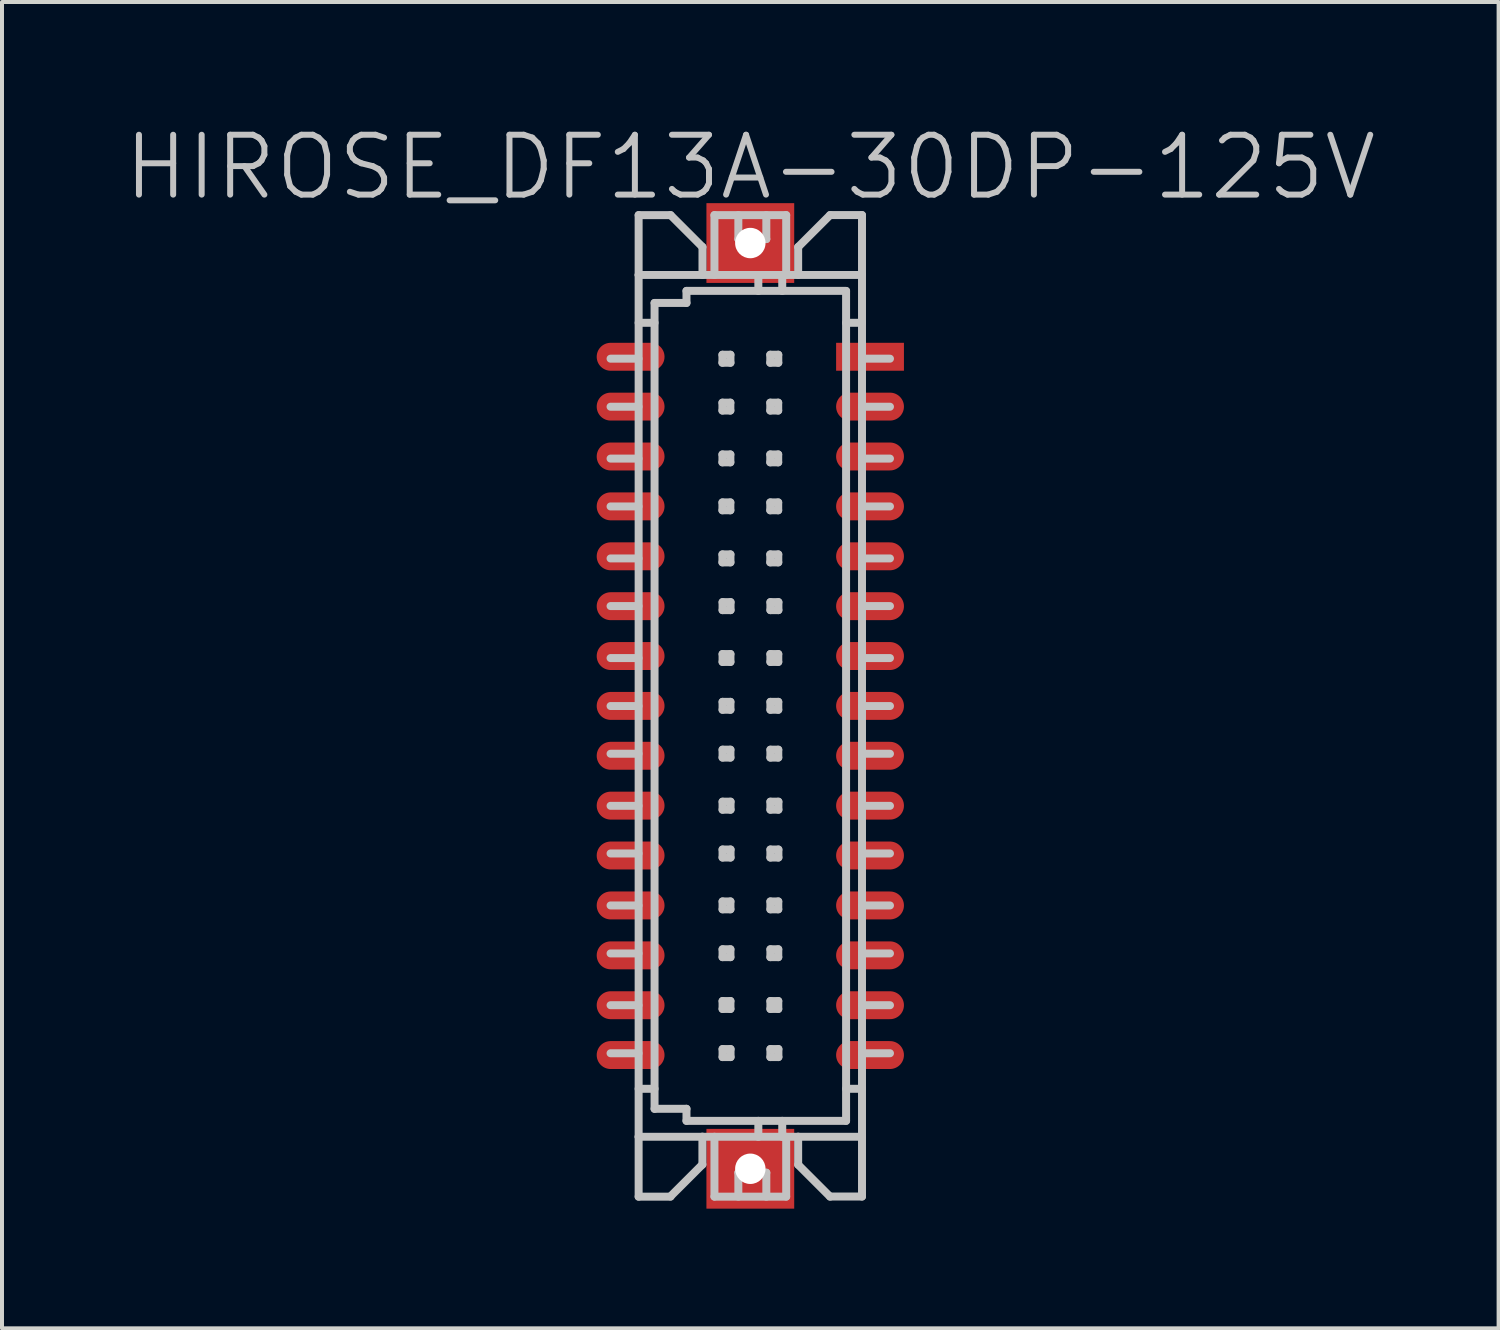
<source format=kicad_pcb>
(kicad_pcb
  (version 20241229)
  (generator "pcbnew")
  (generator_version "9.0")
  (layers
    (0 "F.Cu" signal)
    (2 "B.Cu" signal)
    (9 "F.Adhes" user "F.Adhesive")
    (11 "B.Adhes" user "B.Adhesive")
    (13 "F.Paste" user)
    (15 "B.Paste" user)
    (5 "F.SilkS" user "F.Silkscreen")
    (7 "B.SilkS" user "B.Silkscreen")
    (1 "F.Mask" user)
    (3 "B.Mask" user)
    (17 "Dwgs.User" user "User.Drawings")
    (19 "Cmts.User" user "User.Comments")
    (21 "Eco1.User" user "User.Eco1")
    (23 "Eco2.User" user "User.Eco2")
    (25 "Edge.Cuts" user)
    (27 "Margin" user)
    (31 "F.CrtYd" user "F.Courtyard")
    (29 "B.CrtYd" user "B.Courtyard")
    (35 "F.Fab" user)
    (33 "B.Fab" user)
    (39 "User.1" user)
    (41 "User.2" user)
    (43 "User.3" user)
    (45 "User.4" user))
  (footprint "HIROSE_DF13A-30DP-125V"
    (layer "F.Cu")
    (at 15.754 14.641)
    (property "Reference" "HIROSE_DF13A-30DP-125V" (at 0 -13.5 180) (layer "Dwgs.User") (effects (font (size 1.5 1.5) (thickness 0.15))))
    (attr smd)
    (fp_line (start -2.802 -8.702) (end -3.503 -8.702) (stroke (width 0.2) (type solid)) (layer "Dwgs.User"))
    (fp_line (start -2.802 -7.498) (end -3.503 -7.498) (stroke (width 0.2) (type solid)) (layer "Dwgs.User"))
    (fp_line (start -2.802 -6.198) (end -3.503 -6.198) (stroke (width 0.2) (type solid)) (layer "Dwgs.User"))
    (fp_line (start -2.802 -4.999) (end -3.503 -4.999) (stroke (width 0.2) (type solid)) (layer "Dwgs.User"))
    (fp_line (start -2.802 -3.696) (end -3.503 -3.696) (stroke (width 0.2) (type solid)) (layer "Dwgs.User"))
    (fp_line (start -2.802 -2.502) (end -3.503 -2.502) (stroke (width 0.2) (type solid)) (layer "Dwgs.User"))
    (fp_line (start -2.802 -1.199) (end -3.503 -1.199) (stroke (width 0.2) (type solid)) (layer "Dwgs.User"))
    (fp_line (start -2.802 0.003) (end -3.503 0.003) (stroke (width 0.2) (type solid)) (layer "Dwgs.User"))
    (fp_line (start -2.802 1.199) (end -3.503 1.199) (stroke (width 0.2) (type solid)) (layer "Dwgs.User"))
    (fp_line (start -2.802 2.504) (end -3.503 2.504) (stroke (width 0.2) (type solid)) (layer "Dwgs.User"))
    (fp_line (start -2.802 3.698) (end -3.503 3.698) (stroke (width 0.2) (type solid)) (layer "Dwgs.User"))
    (fp_line (start -2.802 5.001) (end -3.503 5.001) (stroke (width 0.2) (type solid)) (layer "Dwgs.User"))
    (fp_line (start -2.802 6.203) (end -3.503 6.203) (stroke (width 0.2) (type solid)) (layer "Dwgs.User"))
    (fp_line (start -2.802 7.501) (end -3.503 7.501) (stroke (width 0.2) (type solid)) (layer "Dwgs.User"))
    (fp_line (start -2.802 8.705) (end -3.503 8.705) (stroke (width 0.2) (type solid)) (layer "Dwgs.User"))
    (fp_line (start -2.799 -12.301) (end -2.799 -10.8) (stroke (width 0.2) (type solid)) (layer "Dwgs.User"))
    (fp_line (start -2.799 -12.299) (end -1.999 -12.299) (stroke (width 0.2) (type solid)) (layer "Dwgs.User"))
    (fp_line (start -2.799 10.798) (end -2.799 12.299) (stroke (width 0.2) (type solid)) (layer "Dwgs.User"))
    (fp_line (start -2.799 10.798) (end 2.799 10.798) (stroke (width 0.2) (type solid)) (layer "Dwgs.User"))
    (fp_line (start -2.799 10.8) (end -2.799 -10.8) (stroke (width 0.2) (type solid)) (layer "Dwgs.User"))
    (fp_line (start -2.799 12.299) (end -1.999 12.299) (stroke (width 0.2) (type solid)) (layer "Dwgs.User"))
    (fp_line (start -2.4 -10.099) (end -2.4 10.099) (stroke (width 0.2) (type solid)) (layer "Dwgs.User"))
    (fp_line (start -2.4 -10.099) (end -1.6 -10.099) (stroke (width 0.2) (type solid)) (layer "Dwgs.User"))
    (fp_line (start -2.4 -9.601) (end -2.799 -9.601) (stroke (width 0.2) (type solid)) (layer "Dwgs.User"))
    (fp_line (start -2.4 9.596) (end -2.799 9.596) (stroke (width 0.2) (type solid)) (layer "Dwgs.User"))
    (fp_line (start -1.6 -10.401) (end 2.4 -10.401) (stroke (width 0.2) (type solid)) (layer "Dwgs.User"))
    (fp_line (start -1.6 -10.099) (end -1.6 -10.401) (stroke (width 0.2) (type solid)) (layer "Dwgs.User"))
    (fp_line (start -1.6 10.097) (end -2.4 10.097) (stroke (width 0.2) (type solid)) (layer "Dwgs.User"))
    (fp_line (start -1.6 10.399) (end -1.6 10.097) (stroke (width 0.2) (type solid)) (layer "Dwgs.User"))
    (fp_line (start -1.201 10.795) (end -1.201 11.496) (stroke (width 0.2) (type solid)) (layer "Dwgs.User"))
    (fp_line (start -1.201 11.493) (end -2.002 12.294) (stroke (width 0.2) (type solid)) (layer "Dwgs.User"))
    (fp_line (start -1.199 -11.501) (end -1.999 -12.301) (stroke (width 0.2) (type solid)) (layer "Dwgs.User"))
    (fp_line (start -1.199 -10.8) (end -1.199 -11.501) (stroke (width 0.2) (type solid)) (layer "Dwgs.User"))
    (fp_line (start -0.899 -12.301) (end -0.899 -10.8) (stroke (width 0.2) (type solid)) (layer "Dwgs.User"))
    (fp_line (start -0.899 -12.299) (end 0.899 -12.299) (stroke (width 0.2) (type solid)) (layer "Dwgs.User"))
    (fp_line (start -0.899 12.296) (end -0.899 10.798) (stroke (width 0.2) (type solid)) (layer "Dwgs.User"))
    (fp_line (start -0.699 -8.801) (end -0.699 -8.6) (stroke (width 0.2) (type solid)) (layer "Dwgs.User"))
    (fp_line (start -0.699 -8.6) (end -0.498 -8.6) (stroke (width 0.2) (type solid)) (layer "Dwgs.User"))
    (fp_line (start -0.699 -7.6) (end -0.5 -7.6) (stroke (width 0.2) (type solid)) (layer "Dwgs.User"))
    (fp_line (start -0.699 -7.402) (end -0.699 -7.6) (stroke (width 0.2) (type solid)) (layer "Dwgs.User"))
    (fp_line (start -0.699 -6.302) (end -0.5 -6.302) (stroke (width 0.2) (type solid)) (layer "Dwgs.User"))
    (fp_line (start -0.699 -6.104) (end -0.699 -6.302) (stroke (width 0.2) (type solid)) (layer "Dwgs.User"))
    (fp_line (start -0.699 -5.1) (end -0.5 -5.1) (stroke (width 0.2) (type solid)) (layer "Dwgs.User"))
    (fp_line (start -0.699 -4.902) (end -0.699 -5.1) (stroke (width 0.2) (type solid)) (layer "Dwgs.User"))
    (fp_line (start -0.699 -3.797) (end -0.498 -3.797) (stroke (width 0.2) (type solid)) (layer "Dwgs.User"))
    (fp_line (start -0.699 -3.597) (end -0.699 -3.797) (stroke (width 0.2) (type solid)) (layer "Dwgs.User"))
    (fp_line (start -0.696 -2.601) (end -0.696 -2.4) (stroke (width 0.2) (type solid)) (layer "Dwgs.User"))
    (fp_line (start -0.696 -2.4) (end -0.495 -2.4) (stroke (width 0.2) (type solid)) (layer "Dwgs.User"))
    (fp_line (start -0.696 -1.3) (end -0.498 -1.3) (stroke (width 0.2) (type solid)) (layer "Dwgs.User"))
    (fp_line (start -0.696 -1.102) (end -0.696 -1.3) (stroke (width 0.2) (type solid)) (layer "Dwgs.User"))
    (fp_line (start -0.696 -0.102) (end -0.498 -0.102) (stroke (width 0.2) (type solid)) (layer "Dwgs.User"))
    (fp_line (start -0.696 0.097) (end -0.696 -0.102) (stroke (width 0.2) (type solid)) (layer "Dwgs.User"))
    (fp_line (start -0.696 1.097) (end -0.498 1.097) (stroke (width 0.2) (type solid)) (layer "Dwgs.User"))
    (fp_line (start -0.696 1.295) (end -0.696 1.097) (stroke (width 0.2) (type solid)) (layer "Dwgs.User"))
    (fp_line (start -0.696 2.4) (end -0.495 2.4) (stroke (width 0.2) (type solid)) (layer "Dwgs.User"))
    (fp_line (start -0.696 2.601) (end -0.696 2.4) (stroke (width 0.2) (type solid)) (layer "Dwgs.User"))
    (fp_line (start -0.696 3.599) (end -0.696 3.8) (stroke (width 0.2) (type solid)) (layer "Dwgs.User"))
    (fp_line (start -0.696 3.8) (end -0.495 3.8) (stroke (width 0.2) (type solid)) (layer "Dwgs.User"))
    (fp_line (start -0.696 4.9) (end -0.498 4.9) (stroke (width 0.2) (type solid)) (layer "Dwgs.User"))
    (fp_line (start -0.696 5.098) (end -0.696 4.9) (stroke (width 0.2) (type solid)) (layer "Dwgs.User"))
    (fp_line (start -0.696 6.099) (end -0.498 6.099) (stroke (width 0.2) (type solid)) (layer "Dwgs.User"))
    (fp_line (start -0.696 6.297) (end -0.696 6.099) (stroke (width 0.2) (type solid)) (layer "Dwgs.User"))
    (fp_line (start -0.696 7.396) (end -0.498 7.396) (stroke (width 0.2) (type solid)) (layer "Dwgs.User"))
    (fp_line (start -0.696 7.595) (end -0.696 7.396) (stroke (width 0.2) (type solid)) (layer "Dwgs.User"))
    (fp_line (start -0.696 8.6) (end -0.495 8.6) (stroke (width 0.2) (type solid)) (layer "Dwgs.User"))
    (fp_line (start -0.696 8.801) (end -0.696 8.6) (stroke (width 0.2) (type solid)) (layer "Dwgs.User"))
    (fp_line (start -0.5 -7.6) (end -0.5 -7.402) (stroke (width 0.2) (type solid)) (layer "Dwgs.User"))
    (fp_line (start -0.5 -7.402) (end -0.699 -7.402) (stroke (width 0.2) (type solid)) (layer "Dwgs.User"))
    (fp_line (start -0.5 -6.302) (end -0.5 -6.104) (stroke (width 0.2) (type solid)) (layer "Dwgs.User"))
    (fp_line (start -0.5 -6.104) (end -0.699 -6.104) (stroke (width 0.2) (type solid)) (layer "Dwgs.User"))
    (fp_line (start -0.5 -5.1) (end -0.5 -4.902) (stroke (width 0.2) (type solid)) (layer "Dwgs.User"))
    (fp_line (start -0.5 -4.902) (end -0.699 -4.902) (stroke (width 0.2) (type solid)) (layer "Dwgs.User"))
    (fp_line (start -0.498 -8.801) (end -0.699 -8.801) (stroke (width 0.2) (type solid)) (layer "Dwgs.User"))
    (fp_line (start -0.498 -8.6) (end -0.498 -8.801) (stroke (width 0.2) (type solid)) (layer "Dwgs.User"))
    (fp_line (start -0.498 -3.797) (end -0.498 -3.597) (stroke (width 0.2) (type solid)) (layer "Dwgs.User"))
    (fp_line (start -0.498 -3.597) (end -0.699 -3.597) (stroke (width 0.2) (type solid)) (layer "Dwgs.User"))
    (fp_line (start -0.498 -1.3) (end -0.498 -1.102) (stroke (width 0.2) (type solid)) (layer "Dwgs.User"))
    (fp_line (start -0.498 -1.102) (end -0.696 -1.102) (stroke (width 0.2) (type solid)) (layer "Dwgs.User"))
    (fp_line (start -0.498 -0.102) (end -0.498 0.097) (stroke (width 0.2) (type solid)) (layer "Dwgs.User"))
    (fp_line (start -0.498 0.097) (end -0.696 0.097) (stroke (width 0.2) (type solid)) (layer "Dwgs.User"))
    (fp_line (start -0.498 1.097) (end -0.498 1.295) (stroke (width 0.2) (type solid)) (layer "Dwgs.User"))
    (fp_line (start -0.498 1.295) (end -0.696 1.295) (stroke (width 0.2) (type solid)) (layer "Dwgs.User"))
    (fp_line (start -0.498 4.9) (end -0.498 5.098) (stroke (width 0.2) (type solid)) (layer "Dwgs.User"))
    (fp_line (start -0.498 5.098) (end -0.696 5.098) (stroke (width 0.2) (type solid)) (layer "Dwgs.User"))
    (fp_line (start -0.498 6.099) (end -0.498 6.297) (stroke (width 0.2) (type solid)) (layer "Dwgs.User"))
    (fp_line (start -0.498 6.297) (end -0.696 6.297) (stroke (width 0.2) (type solid)) (layer "Dwgs.User"))
    (fp_line (start -0.498 7.396) (end -0.498 7.595) (stroke (width 0.2) (type solid)) (layer "Dwgs.User"))
    (fp_line (start -0.498 7.595) (end -0.696 7.595) (stroke (width 0.2) (type solid)) (layer "Dwgs.User"))
    (fp_line (start -0.495 -2.601) (end -0.696 -2.601) (stroke (width 0.2) (type solid)) (layer "Dwgs.User"))
    (fp_line (start -0.495 -2.4) (end -0.495 -2.601) (stroke (width 0.2) (type solid)) (layer "Dwgs.User"))
    (fp_line (start -0.495 2.4) (end -0.495 2.601) (stroke (width 0.2) (type solid)) (layer "Dwgs.User"))
    (fp_line (start -0.495 2.601) (end -0.696 2.601) (stroke (width 0.2) (type solid)) (layer "Dwgs.User"))
    (fp_line (start -0.495 3.599) (end -0.696 3.599) (stroke (width 0.2) (type solid)) (layer "Dwgs.User"))
    (fp_line (start -0.495 3.8) (end -0.495 3.599) (stroke (width 0.2) (type solid)) (layer "Dwgs.User"))
    (fp_line (start -0.495 8.6) (end -0.495 8.801) (stroke (width 0.2) (type solid)) (layer "Dwgs.User"))
    (fp_line (start -0.495 8.801) (end -0.696 8.801) (stroke (width 0.2) (type solid)) (layer "Dwgs.User"))
    (fp_line (start -0.3 -11.699) (end -0.3 -12.299) (stroke (width 0.2) (type solid)) (layer "Dwgs.User"))
    (fp_line (start -0.3 11.699) (end -0.3 12.299) (stroke (width 0.2) (type solid)) (layer "Dwgs.User"))
    (fp_line (start 0.201 -10.8) (end 0.201 -10.399) (stroke (width 0.2) (type solid)) (layer "Dwgs.User"))
    (fp_line (start 0.201 10.399) (end 0.201 10.8) (stroke (width 0.2) (type solid)) (layer "Dwgs.User"))
    (fp_line (start 0.401 -12.299) (end 0.401 -11.699) (stroke (width 0.2) (type solid)) (layer "Dwgs.User"))
    (fp_line (start 0.401 -11.699) (end -0.3 -11.699) (stroke (width 0.2) (type solid)) (layer "Dwgs.User"))
    (fp_line (start 0.401 11.697) (end -0.3 11.697) (stroke (width 0.2) (type solid)) (layer "Dwgs.User"))
    (fp_line (start 0.401 11.699) (end 0.401 12.299) (stroke (width 0.2) (type solid)) (layer "Dwgs.User"))
    (fp_line (start 0.5 -8.801) (end 0.5 -8.6) (stroke (width 0.2) (type solid)) (layer "Dwgs.User"))
    (fp_line (start 0.5 -8.6) (end 0.701 -8.6) (stroke (width 0.2) (type solid)) (layer "Dwgs.User"))
    (fp_line (start 0.5 -7.6) (end 0.699 -7.6) (stroke (width 0.2) (type solid)) (layer "Dwgs.User"))
    (fp_line (start 0.5 -7.402) (end 0.5 -7.6) (stroke (width 0.2) (type solid)) (layer "Dwgs.User"))
    (fp_line (start 0.5 -6.302) (end 0.699 -6.302) (stroke (width 0.2) (type solid)) (layer "Dwgs.User"))
    (fp_line (start 0.5 -6.104) (end 0.5 -6.302) (stroke (width 0.2) (type solid)) (layer "Dwgs.User"))
    (fp_line (start 0.5 -5.1) (end 0.699 -5.1) (stroke (width 0.2) (type solid)) (layer "Dwgs.User"))
    (fp_line (start 0.5 -4.902) (end 0.5 -5.1) (stroke (width 0.2) (type solid)) (layer "Dwgs.User"))
    (fp_line (start 0.5 -3.797) (end 0.701 -3.797) (stroke (width 0.2) (type solid)) (layer "Dwgs.User"))
    (fp_line (start 0.5 -3.597) (end 0.5 -3.797) (stroke (width 0.2) (type solid)) (layer "Dwgs.User"))
    (fp_line (start 0.503 -2.601) (end 0.503 -2.4) (stroke (width 0.2) (type solid)) (layer "Dwgs.User"))
    (fp_line (start 0.503 -2.4) (end 0.704 -2.4) (stroke (width 0.2) (type solid)) (layer "Dwgs.User"))
    (fp_line (start 0.503 -1.3) (end 0.701 -1.3) (stroke (width 0.2) (type solid)) (layer "Dwgs.User"))
    (fp_line (start 0.503 -1.102) (end 0.503 -1.3) (stroke (width 0.2) (type solid)) (layer "Dwgs.User"))
    (fp_line (start 0.503 -0.102) (end 0.701 -0.102) (stroke (width 0.2) (type solid)) (layer "Dwgs.User"))
    (fp_line (start 0.503 0.097) (end 0.503 -0.102) (stroke (width 0.2) (type solid)) (layer "Dwgs.User"))
    (fp_line (start 0.503 1.097) (end 0.701 1.097) (stroke (width 0.2) (type solid)) (layer "Dwgs.User"))
    (fp_line (start 0.503 1.295) (end 0.503 1.097) (stroke (width 0.2) (type solid)) (layer "Dwgs.User"))
    (fp_line (start 0.503 2.4) (end 0.704 2.4) (stroke (width 0.2) (type solid)) (layer "Dwgs.User"))
    (fp_line (start 0.503 2.601) (end 0.503 2.4) (stroke (width 0.2) (type solid)) (layer "Dwgs.User"))
    (fp_line (start 0.503 3.599) (end 0.503 3.8) (stroke (width 0.2) (type solid)) (layer "Dwgs.User"))
    (fp_line (start 0.503 3.8) (end 0.704 3.8) (stroke (width 0.2) (type solid)) (layer "Dwgs.User"))
    (fp_line (start 0.503 4.9) (end 0.701 4.9) (stroke (width 0.2) (type solid)) (layer "Dwgs.User"))
    (fp_line (start 0.503 5.098) (end 0.503 4.9) (stroke (width 0.2) (type solid)) (layer "Dwgs.User"))
    (fp_line (start 0.503 6.099) (end 0.701 6.099) (stroke (width 0.2) (type solid)) (layer "Dwgs.User"))
    (fp_line (start 0.503 6.297) (end 0.503 6.099) (stroke (width 0.2) (type solid)) (layer "Dwgs.User"))
    (fp_line (start 0.503 7.396) (end 0.701 7.396) (stroke (width 0.2) (type solid)) (layer "Dwgs.User"))
    (fp_line (start 0.503 7.595) (end 0.503 7.396) (stroke (width 0.2) (type solid)) (layer "Dwgs.User"))
    (fp_line (start 0.503 8.6) (end 0.704 8.6) (stroke (width 0.2) (type solid)) (layer "Dwgs.User"))
    (fp_line (start 0.503 8.801) (end 0.503 8.6) (stroke (width 0.2) (type solid)) (layer "Dwgs.User"))
    (fp_line (start 0.699 -7.6) (end 0.699 -7.402) (stroke (width 0.2) (type solid)) (layer "Dwgs.User"))
    (fp_line (start 0.699 -7.402) (end 0.5 -7.402) (stroke (width 0.2) (type solid)) (layer "Dwgs.User"))
    (fp_line (start 0.699 -6.302) (end 0.699 -6.104) (stroke (width 0.2) (type solid)) (layer "Dwgs.User"))
    (fp_line (start 0.699 -6.104) (end 0.5 -6.104) (stroke (width 0.2) (type solid)) (layer "Dwgs.User"))
    (fp_line (start 0.699 -5.1) (end 0.699 -4.902) (stroke (width 0.2) (type solid)) (layer "Dwgs.User"))
    (fp_line (start 0.699 -4.902) (end 0.5 -4.902) (stroke (width 0.2) (type solid)) (layer "Dwgs.User"))
    (fp_line (start 0.701 -8.801) (end 0.5 -8.801) (stroke (width 0.2) (type solid)) (layer "Dwgs.User"))
    (fp_line (start 0.701 -8.6) (end 0.701 -8.801) (stroke (width 0.2) (type solid)) (layer "Dwgs.User"))
    (fp_line (start 0.701 -3.797) (end 0.701 -3.597) (stroke (width 0.2) (type solid)) (layer "Dwgs.User"))
    (fp_line (start 0.701 -3.597) (end 0.5 -3.597) (stroke (width 0.2) (type solid)) (layer "Dwgs.User"))
    (fp_line (start 0.701 -1.3) (end 0.701 -1.102) (stroke (width 0.2) (type solid)) (layer "Dwgs.User"))
    (fp_line (start 0.701 -1.102) (end 0.503 -1.102) (stroke (width 0.2) (type solid)) (layer "Dwgs.User"))
    (fp_line (start 0.701 -0.102) (end 0.701 0.097) (stroke (width 0.2) (type solid)) (layer "Dwgs.User"))
    (fp_line (start 0.701 0.097) (end 0.503 0.097) (stroke (width 0.2) (type solid)) (layer "Dwgs.User"))
    (fp_line (start 0.701 1.097) (end 0.701 1.295) (stroke (width 0.2) (type solid)) (layer "Dwgs.User"))
    (fp_line (start 0.701 1.295) (end 0.503 1.295) (stroke (width 0.2) (type solid)) (layer "Dwgs.User"))
    (fp_line (start 0.701 4.9) (end 0.701 5.098) (stroke (width 0.2) (type solid)) (layer "Dwgs.User"))
    (fp_line (start 0.701 5.098) (end 0.503 5.098) (stroke (width 0.2) (type solid)) (layer "Dwgs.User"))
    (fp_line (start 0.701 6.099) (end 0.701 6.297) (stroke (width 0.2) (type solid)) (layer "Dwgs.User"))
    (fp_line (start 0.701 6.297) (end 0.503 6.297) (stroke (width 0.2) (type solid)) (layer "Dwgs.User"))
    (fp_line (start 0.701 7.396) (end 0.701 7.595) (stroke (width 0.2) (type solid)) (layer "Dwgs.User"))
    (fp_line (start 0.701 7.595) (end 0.503 7.595) (stroke (width 0.2) (type solid)) (layer "Dwgs.User"))
    (fp_line (start 0.704 -2.601) (end 0.503 -2.601) (stroke (width 0.2) (type solid)) (layer "Dwgs.User"))
    (fp_line (start 0.704 -2.4) (end 0.704 -2.601) (stroke (width 0.2) (type solid)) (layer "Dwgs.User"))
    (fp_line (start 0.704 2.4) (end 0.704 2.601) (stroke (width 0.2) (type solid)) (layer "Dwgs.User"))
    (fp_line (start 0.704 2.601) (end 0.503 2.601) (stroke (width 0.2) (type solid)) (layer "Dwgs.User"))
    (fp_line (start 0.704 3.599) (end 0.503 3.599) (stroke (width 0.2) (type solid)) (layer "Dwgs.User"))
    (fp_line (start 0.704 3.8) (end 0.704 3.599) (stroke (width 0.2) (type solid)) (layer "Dwgs.User"))
    (fp_line (start 0.704 8.6) (end 0.704 8.801) (stroke (width 0.2) (type solid)) (layer "Dwgs.User"))
    (fp_line (start 0.704 8.801) (end 0.503 8.801) (stroke (width 0.2) (type solid)) (layer "Dwgs.User"))
    (fp_line (start 0.8 -10.8) (end 0.8 -10.399) (stroke (width 0.2) (type solid)) (layer "Dwgs.User"))
    (fp_line (start 0.8 10.8) (end 0.8 10.399) (stroke (width 0.2) (type solid)) (layer "Dwgs.User"))
    (fp_line (start 0.899 -12.301) (end 0.899 -10.8) (stroke (width 0.2) (type solid)) (layer "Dwgs.User"))
    (fp_line (start 0.899 12.296) (end 0.899 10.798) (stroke (width 0.2) (type solid)) (layer "Dwgs.User"))
    (fp_line (start 0.899 12.299) (end -0.899 12.299) (stroke (width 0.2) (type solid)) (layer "Dwgs.User"))
    (fp_line (start 1.199 -11.501) (end 1.199 -10.8) (stroke (width 0.2) (type solid)) (layer "Dwgs.User"))
    (fp_line (start 1.199 10.795) (end 1.199 11.496) (stroke (width 0.2) (type solid)) (layer "Dwgs.User"))
    (fp_line (start 1.199 11.499) (end 1.999 12.299) (stroke (width 0.2) (type solid)) (layer "Dwgs.User"))
    (fp_line (start 1.999 -12.301) (end 1.199 -11.501) (stroke (width 0.2) (type solid)) (layer "Dwgs.User"))
    (fp_line (start 2.4 10.399) (end -1.6 10.399) (stroke (width 0.2) (type solid)) (layer "Dwgs.User"))
    (fp_line (start 2.4 10.399) (end 2.4 -10.399) (stroke (width 0.2) (type solid)) (layer "Dwgs.User"))
    (fp_line (start 2.799 -12.301) (end 1.999 -12.301) (stroke (width 0.2) (type solid)) (layer "Dwgs.User"))
    (fp_line (start 2.799 -10.8) (end -2.799 -10.8) (stroke (width 0.2) (type solid)) (layer "Dwgs.User"))
    (fp_line (start 2.799 -10.8) (end 2.799 -12.301) (stroke (width 0.2) (type solid)) (layer "Dwgs.User"))
    (fp_line (start 2.799 -10.8) (end 2.799 10.8) (stroke (width 0.2) (type solid)) (layer "Dwgs.User"))
    (fp_line (start 2.799 -9.601) (end 2.4 -9.601) (stroke (width 0.2) (type solid)) (layer "Dwgs.User"))
    (fp_line (start 2.799 9.596) (end 2.4 9.596) (stroke (width 0.2) (type solid)) (layer "Dwgs.User"))
    (fp_line (start 2.799 12.296) (end 1.999 12.296) (stroke (width 0.2) (type solid)) (layer "Dwgs.User"))
    (fp_line (start 2.799 12.296) (end 2.799 10.795) (stroke (width 0.2) (type solid)) (layer "Dwgs.User"))
    (fp_line (start 3.5 -8.702) (end 2.799 -8.702) (stroke (width 0.2) (type solid)) (layer "Dwgs.User"))
    (fp_line (start 3.5 -7.498) (end 2.799 -7.498) (stroke (width 0.2) (type solid)) (layer "Dwgs.User"))
    (fp_line (start 3.5 -6.198) (end 2.799 -6.198) (stroke (width 0.2) (type solid)) (layer "Dwgs.User"))
    (fp_line (start 3.5 -4.999) (end 2.799 -4.999) (stroke (width 0.2) (type solid)) (layer "Dwgs.User"))
    (fp_line (start 3.5 -3.696) (end 2.799 -3.696) (stroke (width 0.2) (type solid)) (layer "Dwgs.User"))
    (fp_line (start 3.5 -2.502) (end 2.799 -2.502) (stroke (width 0.2) (type solid)) (layer "Dwgs.User"))
    (fp_line (start 3.5 -1.199) (end 2.799 -1.199) (stroke (width 0.2) (type solid)) (layer "Dwgs.User"))
    (fp_line (start 3.5 0.003) (end 2.799 0.003) (stroke (width 0.2) (type solid)) (layer "Dwgs.User"))
    (fp_line (start 3.5 1.199) (end 2.799 1.199) (stroke (width 0.2) (type solid)) (layer "Dwgs.User"))
    (fp_line (start 3.5 2.504) (end 2.799 2.504) (stroke (width 0.2) (type solid)) (layer "Dwgs.User"))
    (fp_line (start 3.5 3.698) (end 2.799 3.698) (stroke (width 0.2) (type solid)) (layer "Dwgs.User"))
    (fp_line (start 3.5 5.001) (end 2.799 5.001) (stroke (width 0.2) (type solid)) (layer "Dwgs.User"))
    (fp_line (start 3.5 6.203) (end 2.799 6.203) (stroke (width 0.2) (type solid)) (layer "Dwgs.User"))
    (fp_line (start 3.5 7.501) (end 2.799 7.501) (stroke (width 0.2) (type solid)) (layer "Dwgs.User"))
    (fp_line (start 3.5 8.705) (end 2.799 8.705) (stroke (width 0.2) (type solid)) (layer "Dwgs.User"))
    (pad "" np_thru_hole rect (at 0 -11.6 270) (size 1.999 2.2) (drill 0.762) (layers "F.Cu" "F.Mask" "F.Paste"))
    (pad "" np_thru_hole rect (at 0 11.6 270) (size 1.999 2.2) (drill 0.762) (layers "F.Cu" "F.Mask" "F.Paste"))
    (pad "1" smd rect (at 3 -8.75 270) (size 0.7 1.7) (layers "F.Cu" "F.Mask" "F.Paste"))
    (pad "2" smd oval (at 3 -7.501 270) (size 0.7 1.7) (layers "F.Cu" "F.Mask" "F.Paste"))
    (pad "3" smd oval (at 3 -6.251 270) (size 0.7 1.7) (layers "F.Cu" "F.Mask" "F.Paste"))
    (pad "4" smd oval (at 3 -5.001 270) (size 0.7 1.7) (layers "F.Cu" "F.Mask" "F.Paste"))
    (pad "5" smd oval (at 3 -3.749 270) (size 0.7 1.7) (layers "F.Cu" "F.Mask" "F.Paste"))
    (pad "6" smd oval (at 3 -2.499 270) (size 0.7 1.7) (layers "F.Cu" "F.Mask" "F.Paste"))
    (pad "7" smd oval (at 3 -1.25 270) (size 0.7 1.7) (layers "F.Cu" "F.Mask" "F.Paste"))
    (pad "8" smd oval (at 3 0 270) (size 0.7 1.7) (layers "F.Cu" "F.Mask" "F.Paste"))
    (pad "9" smd oval (at 3 1.25 270) (size 0.7 1.7) (layers "F.Cu" "F.Mask" "F.Paste"))
    (pad "10" smd oval (at 3 2.499 270) (size 0.7 1.7) (layers "F.Cu" "F.Mask" "F.Paste"))
    (pad "11" smd oval (at 3 3.749 270) (size 0.7 1.7) (layers "F.Cu" "F.Mask" "F.Paste"))
    (pad "12" smd oval (at 3 5.001 270) (size 0.7 1.7) (layers "F.Cu" "F.Mask" "F.Paste"))
    (pad "13" smd oval (at 3 6.251 270) (size 0.7 1.7) (layers "F.Cu" "F.Mask" "F.Paste"))
    (pad "14" smd oval (at 3 7.501 270) (size 0.7 1.7) (layers "F.Cu" "F.Mask" "F.Paste"))
    (pad "15" smd oval (at 3 8.75 270) (size 0.7 1.7) (layers "F.Cu" "F.Mask" "F.Paste"))
    (pad "16" smd oval (at -3 8.75 270) (size 0.7 1.7) (layers "F.Cu" "F.Mask" "F.Paste"))
    (pad "17" smd oval (at -3 7.501 270) (size 0.7 1.7) (layers "F.Cu" "F.Mask" "F.Paste"))
    (pad "18" smd oval (at -3 6.251 270) (size 0.7 1.7) (layers "F.Cu" "F.Mask" "F.Paste"))
    (pad "19" smd oval (at -3 5.001 270) (size 0.7 1.7) (layers "F.Cu" "F.Mask" "F.Paste"))
    (pad "20" smd oval (at -3 3.749 270) (size 0.7 1.7) (layers "F.Cu" "F.Mask" "F.Paste"))
    (pad "21" smd oval (at -3 2.499 270) (size 0.7 1.7) (layers "F.Cu" "F.Mask" "F.Paste"))
    (pad "22" smd oval (at -3 1.25 270) (size 0.7 1.7) (layers "F.Cu" "F.Mask" "F.Paste"))
    (pad "23" smd oval (at -3 0 270) (size 0.7 1.7) (layers "F.Cu" "F.Mask" "F.Paste"))
    (pad "24" smd oval (at -3 -1.25 270) (size 0.7 1.7) (layers "F.Cu" "F.Mask" "F.Paste"))
    (pad "25" smd oval (at -3 -2.499 270) (size 0.7 1.7) (layers "F.Cu" "F.Mask" "F.Paste"))
    (pad "26" smd oval (at -3 -3.749 270) (size 0.7 1.7) (layers "F.Cu" "F.Mask" "F.Paste"))
    (pad "27" smd oval (at -3 -5.001 270) (size 0.7 1.7) (layers "F.Cu" "F.Mask" "F.Paste"))
    (pad "28" smd oval (at -3 -6.251 270) (size 0.7 1.7) (layers "F.Cu" "F.Mask" "F.Paste"))
    (pad "29" smd oval (at -3 -7.501 270) (size 0.7 1.7) (layers "F.Cu" "F.Mask" "F.Paste"))
    (pad "30" smd oval (at -3 -8.75 270) (size 0.7 1.7) (layers "F.Cu" "F.Mask" "F.Paste")))
  (gr_rect
    (start -3 -3)
    (end 34.507 30.24)
    (stroke (width 0.1) (type default))
    (fill no)
    (layer "Edge.Cuts")))
</source>
